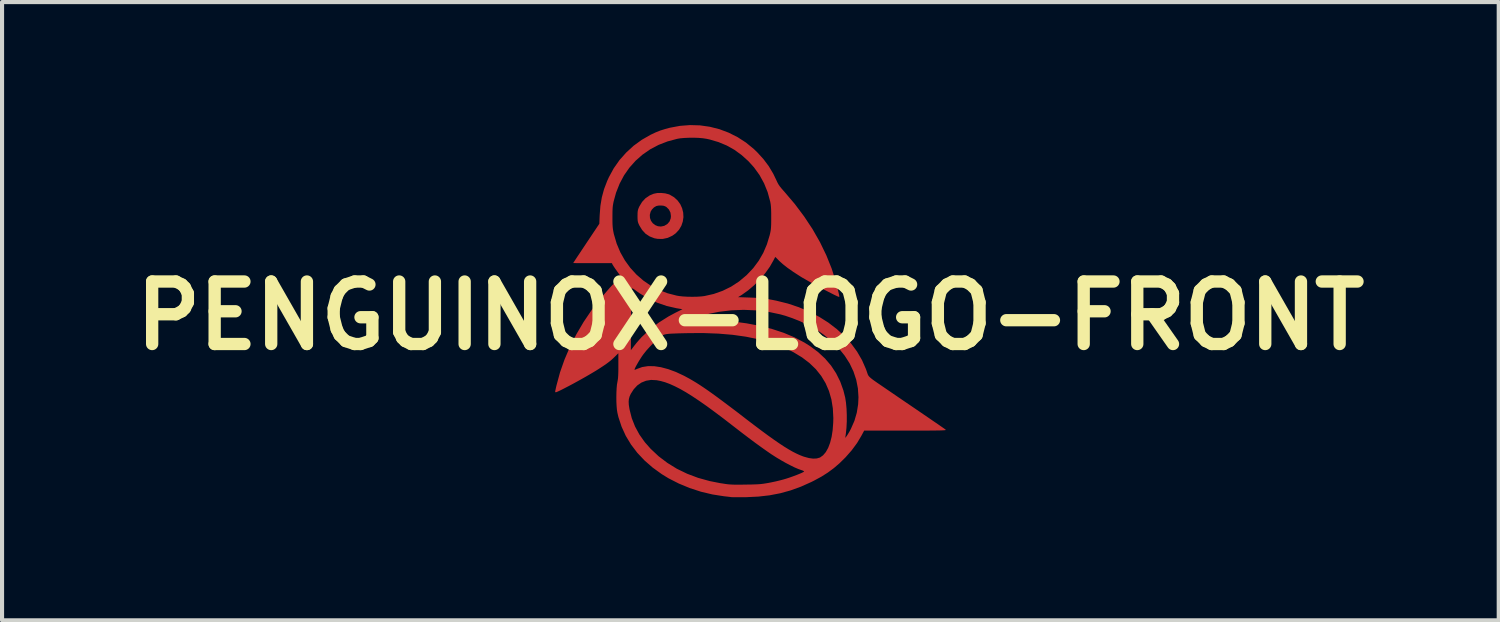
<source format=kicad_pcb>
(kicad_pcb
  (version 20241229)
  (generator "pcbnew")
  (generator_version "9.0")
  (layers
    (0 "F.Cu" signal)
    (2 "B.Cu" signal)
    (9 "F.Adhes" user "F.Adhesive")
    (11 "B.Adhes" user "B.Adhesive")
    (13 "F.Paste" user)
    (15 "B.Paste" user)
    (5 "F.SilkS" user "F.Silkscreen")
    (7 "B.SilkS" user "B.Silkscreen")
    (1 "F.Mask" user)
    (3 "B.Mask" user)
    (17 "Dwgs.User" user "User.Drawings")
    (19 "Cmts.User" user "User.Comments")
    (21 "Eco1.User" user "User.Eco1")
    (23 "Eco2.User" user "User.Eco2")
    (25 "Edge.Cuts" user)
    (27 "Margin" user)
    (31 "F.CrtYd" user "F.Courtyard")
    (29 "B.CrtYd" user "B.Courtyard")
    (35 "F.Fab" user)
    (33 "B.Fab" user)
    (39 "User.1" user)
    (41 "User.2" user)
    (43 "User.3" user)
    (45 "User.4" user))
  (footprint "PENGUINOX-LOGO-FRONT"
    (layer "F.Cu")
    (at 15.247 4.649)
    (property "Reference" "PENGUINOX-LOGO-FRONT" (at 0 0 0) (layer "F.SilkS") (effects (font (size 1.524 1.524) (thickness 0.3))))
    (attr board_only exclude_from_pos_files exclude_from_bom)
    (fp_poly (pts (xy -2.077 -2.984) (xy -1.989 -2.961) (xy -1.965 -2.951) (xy -1.86 -2.889) (xy -1.775 -2.811) (xy -1.709 -2.72) (xy -1.664 -2.62) (xy -1.638 -2.514) (xy -1.632 -2.405) (xy -1.648 -2.297) (xy -1.683 -2.193) (xy -1.74 -2.097) (xy -1.818 -2.012) (xy -1.901 -1.952) (xy -2.015 -1.899) (xy -2.135 -1.873) (xy -2.258 -1.874) (xy -2.341 -1.889) (xy -2.456 -1.934) (xy -2.556 -2) (xy -2.639 -2.09) (xy -2.707 -2.201) (xy -2.728 -2.246) (xy -2.741 -2.283) (xy -2.748 -2.322) (xy -2.751 -2.372) (xy -2.752 -2.431) (xy -2.751 -2.459) (xy -2.452 -2.459) (xy -2.448 -2.384) (xy -2.423 -2.315) (xy -2.38 -2.256) (xy -2.323 -2.211) (xy -2.256 -2.183) (xy -2.182 -2.175) (xy -2.104 -2.191) (xy -2.094 -2.195) (xy -2.022 -2.239) (xy -1.97 -2.3) (xy -1.942 -2.376) (xy -1.937 -2.43) (xy -1.949 -2.516) (xy -1.986 -2.59) (xy -2.045 -2.649) (xy -2.079 -2.669) (xy -2.123 -2.683) (xy -2.183 -2.688) (xy -2.244 -2.686) (xy -2.295 -2.674) (xy -2.35 -2.642) (xy -2.4 -2.591) (xy -2.432 -2.538) (xy -2.452 -2.459) (xy -2.751 -2.459) (xy -2.751 -2.498) (xy -2.747 -2.547) (xy -2.739 -2.586) (xy -2.725 -2.625) (xy -2.708 -2.663) (xy -2.641 -2.775) (xy -2.557 -2.865) (xy -2.455 -2.934) (xy -2.357 -2.975) (xy -2.272 -2.992) (xy -2.176 -2.994)) (stroke (width 0) (type solid)) (fill yes) (layer "F.Cu"))
    (fp_poly (pts (xy -1.228 -4.642) (xy -0.989 -4.608) (xy -0.755 -4.549) (xy -0.529 -4.464) (xy -0.312 -4.355) (xy -0.108 -4.223) (xy 0.084 -4.066) (xy 0.167 -3.986) (xy 0.32 -3.818) (xy 0.449 -3.646) (xy 0.559 -3.461) (xy 0.633 -3.307) (xy 0.659 -3.251) (xy 0.685 -3.203) (xy 0.716 -3.157) (xy 0.757 -3.106) (xy 0.81 -3.045) (xy 0.834 -3.018) (xy 1.084 -2.724) (xy 1.312 -2.42) (xy 1.517 -2.11) (xy 1.698 -1.793) (xy 1.853 -1.472) (xy 1.983 -1.149) (xy 2.086 -0.825) (xy 2.117 -0.702) (xy 2.138 -0.616) (xy 2.153 -0.553) (xy 2.163 -0.51) (xy 2.168 -0.482) (xy 2.169 -0.468) (xy 2.167 -0.461) (xy 2.162 -0.46) (xy 2.16 -0.46) (xy 2.14 -0.466) (xy 2.098 -0.485) (xy 2.04 -0.513) (xy 1.967 -0.55) (xy 1.882 -0.593) (xy 1.79 -0.641) (xy 1.694 -0.692) (xy 1.597 -0.745) (xy 1.502 -0.796) (xy 1.412 -0.846) (xy 1.332 -0.892) (xy 1.263 -0.931) (xy 1.221 -0.957) (xy 1.052 -1.066) (xy 0.909 -1.166) (xy 0.793 -1.257) (xy 0.702 -1.339) (xy 0.685 -1.357) (xy 0.649 -1.394) (xy 0.622 -1.421) (xy 0.607 -1.432) (xy 0.606 -1.432) (xy 0.599 -1.419) (xy 0.582 -1.387) (xy 0.564 -1.352) (xy 0.476 -1.197) (xy 0.365 -1.041) (xy 0.236 -0.889) (xy 0.095 -0.746) (xy -0.054 -0.619) (xy -0.206 -0.511) (xy -0.223 -0.5) (xy -0.3 -0.453) (xy -0.035 -0.444) (xy 0.099 -0.439) (xy 0.214 -0.431) (xy 0.317 -0.421) (xy 0.417 -0.408) (xy 0.523 -0.389) (xy 0.633 -0.367) (xy 0.915 -0.297) (xy 1.184 -0.207) (xy 1.439 -0.099) (xy 1.679 0.027) (xy 1.902 0.168) (xy 2.107 0.325) (xy 2.293 0.496) (xy 2.459 0.68) (xy 2.602 0.875) (xy 2.722 1.082) (xy 2.817 1.298) (xy 2.836 1.352) (xy 2.847 1.384) (xy 2.856 1.411) (xy 2.865 1.435) (xy 2.876 1.456) (xy 2.892 1.478) (xy 2.915 1.501) (xy 2.946 1.528) (xy 2.987 1.56) (xy 3.042 1.599) (xy 3.111 1.647) (xy 3.198 1.706) (xy 3.303 1.778) (xy 3.407 1.849) (xy 3.613 1.99) (xy 3.798 2.116) (xy 3.963 2.228) (xy 4.108 2.327) (xy 4.234 2.413) (xy 4.344 2.488) (xy 4.437 2.552) (xy 4.516 2.606) (xy 4.582 2.651) (xy 4.635 2.688) (xy 4.678 2.718) (xy 4.71 2.74) (xy 4.734 2.757) (xy 4.75 2.769) (xy 4.76 2.777) (xy 4.765 2.781) (xy 4.766 2.784) (xy 4.759 2.788) (xy 4.744 2.791) (xy 4.718 2.793) (xy 4.679 2.795) (xy 4.626 2.797) (xy 4.556 2.798) (xy 4.469 2.799) (xy 4.362 2.8) (xy 4.233 2.8) (xy 4.081 2.8) (xy 3.904 2.801) (xy 3.78 2.801) (xy 2.775 2.801) (xy 2.71 2.922) (xy 2.603 3.102) (xy 2.472 3.28) (xy 2.321 3.452) (xy 2.315 3.458) (xy 2.175 3.596) (xy 2.035 3.716) (xy 1.889 3.824) (xy 1.73 3.925) (xy 1.552 4.021) (xy 1.484 4.055) (xy 1.232 4.168) (xy 0.981 4.259) (xy 0.728 4.329) (xy 0.467 4.379) (xy 0.194 4.41) (xy -0.097 4.424) (xy -0.104 4.424) (xy -0.199 4.425) (xy -0.286 4.425) (xy -0.361 4.425) (xy -0.42 4.425) (xy -0.457 4.423) (xy -0.467 4.423) (xy -0.499 4.418) (xy -0.55 4.412) (xy -0.612 4.405) (xy -0.641 4.402) (xy -0.923 4.358) (xy -1.205 4.291) (xy -1.481 4.201) (xy -1.746 4.091) (xy -1.997 3.963) (xy -2.16 3.863) (xy -2.383 3.702) (xy -2.582 3.528) (xy -2.758 3.341) (xy -2.91 3.141) (xy -3.038 2.929) (xy -3.14 2.706) (xy -3.217 2.473) (xy -3.242 2.367) (xy -3.254 2.293) (xy -3.262 2.2) (xy -3.267 2.096) (xy -2.968 2.096) (xy -2.964 2.173) (xy -2.949 2.269) (xy -2.946 2.285) (xy -2.892 2.498) (xy -2.812 2.701) (xy -2.707 2.895) (xy -2.575 3.082) (xy -2.432 3.244) (xy -2.237 3.427) (xy -2.023 3.589) (xy -1.791 3.732) (xy -1.541 3.853) (xy -1.275 3.953) (xy -0.993 4.031) (xy -0.737 4.082) (xy -0.662 4.093) (xy -0.6 4.103) (xy -0.546 4.11) (xy -0.495 4.114) (xy -0.442 4.117) (xy -0.382 4.119) (xy -0.309 4.119) (xy -0.218 4.119) (xy -0.111 4.117) (xy 0.004 4.116) (xy 0.098 4.113) (xy 0.176 4.11) (xy 0.243 4.105) (xy 0.307 4.098) (xy 0.372 4.088) (xy 0.432 4.078) (xy 0.524 4.06) (xy 0.626 4.038) (xy 0.725 4.014) (xy 0.808 3.992) (xy 0.808 3.992) (xy 0.885 3.969) (xy 0.967 3.942) (xy 1.048 3.913) (xy 1.126 3.884) (xy 1.195 3.856) (xy 1.252 3.832) (xy 1.291 3.812) (xy 1.31 3.799) (xy 1.311 3.797) (xy 1.299 3.786) (xy 1.267 3.771) (xy 1.23 3.759) (xy 1.161 3.734) (xy 1.073 3.696) (xy 0.973 3.646) (xy 0.863 3.589) (xy 0.75 3.525) (xy 0.639 3.459) (xy 0.533 3.391) (xy 0.526 3.387) (xy 0.408 3.306) (xy 0.271 3.209) (xy 0.119 3.099) (xy -0.043 2.978) (xy -0.214 2.848) (xy -0.39 2.712) (xy -0.411 2.696) (xy -0.646 2.514) (xy -0.863 2.351) (xy -1.062 2.205) (xy -1.245 2.077) (xy -1.413 1.965) (xy -1.568 1.868) (xy -1.711 1.786) (xy -1.843 1.719) (xy -1.965 1.664) (xy -2.078 1.622) (xy -2.185 1.592) (xy -2.286 1.572) (xy -2.289 1.572) (xy -2.421 1.565) (xy -2.544 1.585) (xy -2.657 1.63) (xy -2.758 1.7) (xy -2.845 1.794) (xy -2.916 1.905) (xy -2.945 1.968) (xy -2.962 2.03) (xy -2.968 2.096) (xy -3.267 2.096) (xy -3.267 2.093) (xy -3.268 1.981) (xy -3.266 1.869) (xy -3.261 1.766) (xy -3.253 1.677) (xy -3.242 1.616) (xy -3.234 1.571) (xy -3.227 1.518) (xy -3.223 1.455) (xy -3.22 1.376) (xy -3.219 1.317) (xy -2.825 1.317) (xy -2.81 1.316) (xy -2.78 1.304) (xy -2.762 1.296) (xy -2.637 1.251) (xy -2.498 1.229) (xy -2.346 1.23) (xy -2.181 1.255) (xy -2.004 1.302) (xy -1.816 1.371) (xy -1.619 1.463) (xy -1.484 1.536) (xy -1.403 1.583) (xy -1.32 1.633) (xy -1.232 1.689) (xy -1.139 1.751) (xy -1.037 1.821) (xy -0.926 1.9) (xy -0.803 1.989) (xy -0.666 2.091) (xy -0.514 2.205) (xy -0.344 2.333) (xy -0.156 2.478) (xy -0.098 2.523) (xy 0.099 2.673) (xy 0.276 2.806) (xy 0.435 2.923) (xy 0.578 3.025) (xy 0.707 3.114) (xy 0.824 3.191) (xy 0.93 3.256) (xy 1.027 3.312) (xy 1.117 3.358) (xy 1.202 3.397) (xy 1.283 3.429) (xy 1.317 3.44) (xy 1.427 3.47) (xy 1.529 3.484) (xy 1.619 3.48) (xy 1.692 3.459) (xy 1.698 3.457) (xy 1.773 3.403) (xy 1.84 3.324) (xy 1.897 3.222) (xy 1.944 3.098) (xy 1.981 2.954) (xy 2.006 2.792) (xy 2.02 2.612) (xy 2.023 2.494) (xy 2.011 2.26) (xy 1.976 2.041) (xy 1.917 1.836) (xy 1.834 1.644) (xy 1.727 1.467) (xy 1.596 1.303) (xy 1.44 1.153) (xy 1.26 1.016) (xy 1.055 0.892) (xy 0.993 0.859) (xy 0.746 0.747) (xy 0.481 0.652) (xy 0.196 0.573) (xy -0.108 0.511) (xy -0.434 0.465) (xy -0.78 0.436) (xy -1.149 0.422) (xy -1.498 0.424) (xy -1.642 0.427) (xy -1.762 0.43) (xy -1.859 0.434) (xy -1.937 0.437) (xy -1.999 0.442) (xy -2.048 0.448) (xy -2.086 0.456) (xy -2.116 0.466) (xy -2.142 0.478) (xy -2.166 0.494) (xy -2.191 0.512) (xy -2.196 0.516) (xy -2.275 0.582) (xy -2.364 0.665) (xy -2.453 0.757) (xy -2.537 0.85) (xy -2.607 0.938) (xy -2.643 0.988) (xy -2.681 1.047) (xy -2.72 1.109) (xy -2.756 1.171) (xy -2.788 1.228) (xy -2.811 1.274) (xy -2.824 1.306) (xy -2.825 1.317) (xy -3.219 1.317) (xy -3.219 1.276) (xy -3.219 1.213) (xy -3.219 0.914) (xy -3.306 1) (xy -3.356 1.048) (xy -3.403 1.09) (xy -3.455 1.131) (xy -3.514 1.175) (xy -3.587 1.225) (xy -3.679 1.285) (xy -3.682 1.287) (xy -3.751 1.331) (xy -3.834 1.381) (xy -3.927 1.436) (xy -4.027 1.494) (xy -4.132 1.553) (xy -4.237 1.611) (xy -4.341 1.668) (xy -4.439 1.72) (xy -4.53 1.767) (xy -4.608 1.807) (xy -4.673 1.838) (xy -4.72 1.859) (xy -4.746 1.867) (xy -4.748 1.867) (xy -4.76 1.856) (xy -4.758 1.836) (xy -4.752 1.808) (xy -4.742 1.762) (xy -4.729 1.705) (xy -4.724 1.686) (xy -4.641 1.379) (xy -4.532 1.069) (xy -4.434 0.84) (xy -2.914 0.84) (xy -2.83 0.73) (xy -2.781 0.668) (xy -2.722 0.599) (xy -2.664 0.535) (xy -2.645 0.515) (xy -2.449 0.333) (xy -2.232 0.166) (xy -2.096 0.08) (xy -1.416 0.08) (xy -1.408 0.084) (xy -1.377 0.087) (xy -1.325 0.09) (xy -1.258 0.093) (xy -1.186 0.094) (xy -0.802 0.108) (xy -0.438 0.139) (xy -0.093 0.185) (xy 0.232 0.247) (xy 0.535 0.325) (xy 0.817 0.418) (xy 1.077 0.527) (xy 1.314 0.652) (xy 1.456 0.741) (xy 1.651 0.886) (xy 1.822 1.045) (xy 1.968 1.216) (xy 2.09 1.402) (xy 2.19 1.603) (xy 2.268 1.82) (xy 2.313 1.999) (xy 2.332 2.123) (xy 2.345 2.266) (xy 2.351 2.42) (xy 2.351 2.579) (xy 2.343 2.735) (xy 2.328 2.879) (xy 2.318 2.946) (xy 2.314 2.969) (xy 2.318 2.974) (xy 2.33 2.959) (xy 2.354 2.926) (xy 2.382 2.882) (xy 2.416 2.825) (xy 2.448 2.765) (xy 2.451 2.759) (xy 2.537 2.563) (xy 2.595 2.364) (xy 2.628 2.158) (xy 2.636 1.985) (xy 2.622 1.771) (xy 2.581 1.561) (xy 2.514 1.359) (xy 2.421 1.163) (xy 2.301 0.975) (xy 2.157 0.796) (xy 1.987 0.626) (xy 1.793 0.465) (xy 1.653 0.366) (xy 1.519 0.285) (xy 1.366 0.205) (xy 1.199 0.129) (xy 1.025 0.06) (xy 0.853 0.001) (xy 0.728 -0.034) (xy 0.439 -0.095) (xy 0.14 -0.131) (xy -0.163 -0.144) (xy -0.466 -0.132) (xy -0.766 -0.096) (xy -1.003 -0.048) (xy -1.072 -0.031) (xy -1.147 -0.01) (xy -1.223 0.012) (xy -1.294 0.035) (xy -1.354 0.055) (xy -1.398 0.071) (xy -1.416 0.08) (xy -2.096 0.08) (xy -1.996 0.017) (xy -1.832 -0.071) (xy -1.656 -0.159) (xy -1.8 -0.183) (xy -2.04 -0.238) (xy -2.273 -0.318) (xy -2.495 -0.422) (xy -2.703 -0.549) (xy -2.786 -0.608) (xy -2.833 -0.643) (xy -2.863 -0.662) (xy -2.88 -0.668) (xy -2.89 -0.662) (xy -2.893 -0.658) (xy -2.895 -0.64) (xy -2.898 -0.596) (xy -2.9 -0.53) (xy -2.902 -0.445) (xy -2.904 -0.342) (xy -2.906 -0.225) (xy -2.907 -0.095) (xy -2.909 0.043) (xy -2.909 0.103) (xy -2.914 0.84) (xy -4.434 0.84) (xy -4.399 0.76) (xy -4.244 0.454) (xy -4.067 0.153) (xy -3.87 -0.139) (xy -3.655 -0.419) (xy -3.424 -0.686) (xy -3.335 -0.78) (xy -3.161 -0.96) (xy -3.254 -1.09) (xy -3.293 -1.144) (xy -3.327 -1.194) (xy -3.351 -1.232) (xy -3.362 -1.25) (xy -3.376 -1.282) (xy -3.848 -1.282) (xy -3.959 -1.282) (xy -4.061 -1.282) (xy -4.151 -1.283) (xy -4.224 -1.283) (xy -4.279 -1.284) (xy -4.311 -1.285) (xy -4.319 -1.286) (xy -4.312 -1.298) (xy -4.29 -1.331) (xy -4.257 -1.382) (xy -4.213 -1.449) (xy -4.159 -1.529) (xy -4.099 -1.62) (xy -4.032 -1.72) (xy -4.001 -1.767) (xy -3.683 -2.243) (xy -3.677 -2.396) (xy -3.363 -2.396) (xy -3.363 -2.299) (xy -3.361 -2.224) (xy -3.357 -2.162) (xy -3.351 -2.108) (xy -3.342 -2.056) (xy -3.33 -1.997) (xy -3.326 -1.982) (xy -3.26 -1.758) (xy -3.171 -1.547) (xy -3.06 -1.35) (xy -2.928 -1.168) (xy -2.778 -1.004) (xy -2.61 -0.858) (xy -2.427 -0.733) (xy -2.229 -0.629) (xy -2.019 -0.548) (xy -1.798 -0.491) (xy -1.735 -0.48) (xy -1.643 -0.47) (xy -1.534 -0.464) (xy -1.417 -0.462) (xy -1.301 -0.464) (xy -1.195 -0.471) (xy -1.121 -0.48) (xy -0.894 -0.531) (xy -0.676 -0.608) (xy -0.47 -0.709) (xy -0.277 -0.835) (xy -0.099 -0.984) (xy -0.088 -0.994) (xy 0.07 -1.161) (xy 0.203 -1.34) (xy 0.314 -1.532) (xy 0.403 -1.74) (xy 0.471 -1.964) (xy 0.484 -2.018) (xy 0.493 -2.065) (xy 0.5 -2.111) (xy 0.504 -2.163) (xy 0.507 -2.226) (xy 0.508 -2.306) (xy 0.508 -2.39) (xy 0.508 -2.499) (xy 0.506 -2.587) (xy 0.502 -2.657) (xy 0.496 -2.716) (xy 0.487 -2.769) (xy 0.483 -2.787) (xy 0.421 -3.014) (xy 0.334 -3.229) (xy 0.223 -3.431) (xy 0.089 -3.617) (xy -0.048 -3.769) (xy -0.216 -3.92) (xy -0.391 -4.047) (xy -0.577 -4.151) (xy -0.776 -4.234) (xy -0.994 -4.298) (xy -1.073 -4.315) (xy -1.158 -4.328) (xy -1.262 -4.337) (xy -1.378 -4.341) (xy -1.497 -4.34) (xy -1.611 -4.335) (xy -1.713 -4.326) (xy -1.783 -4.314) (xy -2.019 -4.251) (xy -2.24 -4.165) (xy -2.444 -4.057) (xy -2.631 -3.927) (xy -2.8 -3.778) (xy -2.95 -3.61) (xy -3.08 -3.424) (xy -3.188 -3.221) (xy -3.275 -3.001) (xy -3.334 -2.787) (xy -3.345 -2.731) (xy -3.354 -2.677) (xy -3.359 -2.618) (xy -3.362 -2.548) (xy -3.363 -2.461) (xy -3.363 -2.396) (xy -3.677 -2.396) (xy -3.674 -2.456) (xy -3.657 -2.679) (xy -3.622 -2.887) (xy -3.568 -3.086) (xy -3.493 -3.283) (xy -3.449 -3.38) (xy -3.331 -3.596) (xy -3.19 -3.797) (xy -3.027 -3.98) (xy -2.846 -4.146) (xy -2.646 -4.291) (xy -2.429 -4.415) (xy -2.428 -4.415) (xy -2.312 -4.47) (xy -2.202 -4.514) (xy -2.085 -4.551) (xy -1.963 -4.584) (xy -1.717 -4.63) (xy -1.471 -4.649)) (stroke (width 0) (type solid)) (fill yes) (layer "F.Cu")))
  (gr_rect
    (start -3 -3)
    (end 33.495 12.075)
    (stroke (width 0.1) (type default))
    (fill no)
    (layer "Edge.Cuts")))
</source>
